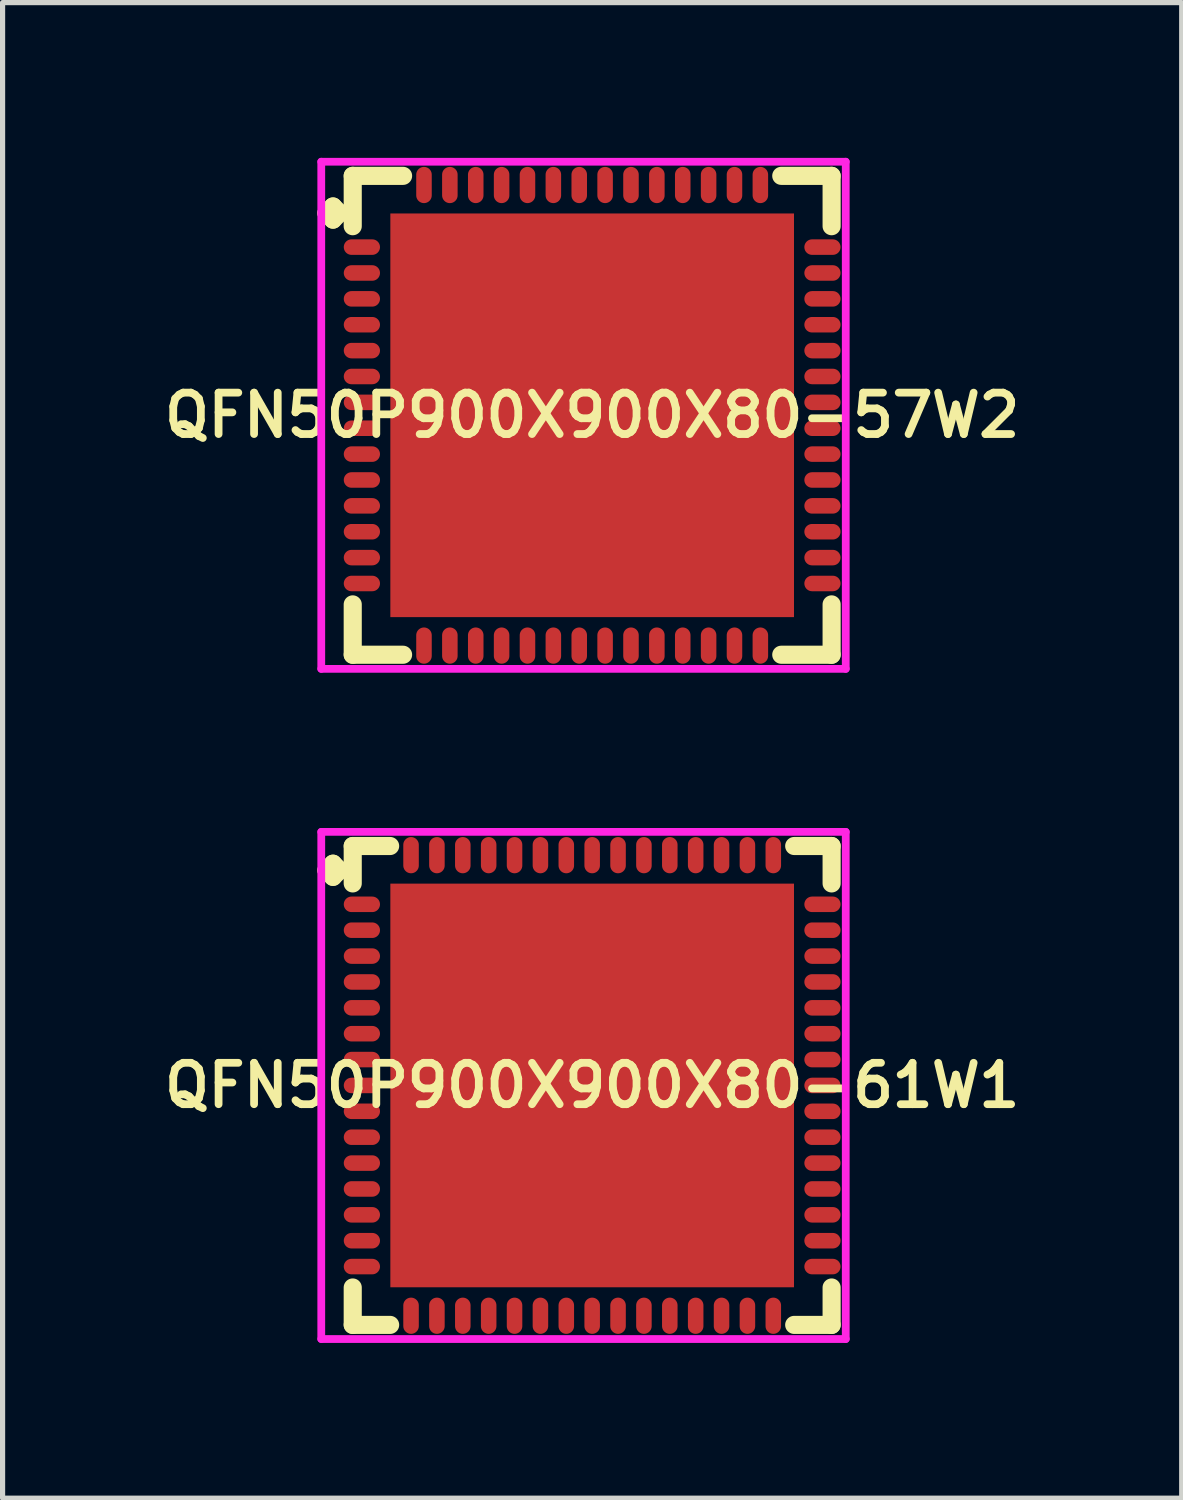
<source format=kicad_pcb>
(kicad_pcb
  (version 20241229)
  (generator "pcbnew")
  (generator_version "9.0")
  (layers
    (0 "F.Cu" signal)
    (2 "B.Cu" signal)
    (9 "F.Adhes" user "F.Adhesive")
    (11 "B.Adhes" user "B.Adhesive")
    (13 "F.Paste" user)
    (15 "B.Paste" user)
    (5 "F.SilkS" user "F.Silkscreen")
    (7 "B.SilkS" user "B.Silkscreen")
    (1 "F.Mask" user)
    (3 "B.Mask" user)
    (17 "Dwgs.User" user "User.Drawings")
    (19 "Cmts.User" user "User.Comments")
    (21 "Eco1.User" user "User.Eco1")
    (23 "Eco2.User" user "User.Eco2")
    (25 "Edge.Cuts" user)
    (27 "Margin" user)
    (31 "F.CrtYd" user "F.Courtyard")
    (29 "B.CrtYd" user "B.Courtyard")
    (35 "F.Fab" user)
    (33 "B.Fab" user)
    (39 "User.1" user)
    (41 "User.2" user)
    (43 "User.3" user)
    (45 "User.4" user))
  (footprint "QFN50P900X900X80-57W2"
    (layer "F.Cu")
    (at 8.393 4.975)
    (property "Reference" "QFN50P900X900X80-57W2" (at 0 0 0) (layer "F.SilkS") (effects (font (size 0.8 0.8) (thickness 0.15))))
    (attr through_hole)
    (fp_line (start -5.135 -3.908) (end -5.008 -4.035) (stroke (width 0.35) (type solid)) (layer "F.SilkS"))
    (fp_line (start -5.008 -4.035) (end -4.881 -3.908) (stroke (width 0.35) (type solid)) (layer "F.SilkS"))
    (fp_line (start -5.008 -3.781) (end -5.135 -3.908) (stroke (width 0.35) (type solid)) (layer "F.SilkS"))
    (fp_line (start -4.881 -3.908) (end -5.008 -3.781) (stroke (width 0.35) (type solid)) (layer "F.SilkS"))
    (fp_line (start -4.627 -4.627) (end -3.654 -4.627) (stroke (width 0.35) (type solid)) (layer "F.SilkS"))
    (fp_line (start -4.627 -3.654) (end -4.627 -4.627) (stroke (width 0.35) (type solid)) (layer "F.SilkS"))
    (fp_line (start -4.627 3.654) (end -4.627 4.627) (stroke (width 0.35) (type solid)) (layer "F.SilkS"))
    (fp_line (start -4.627 4.627) (end -3.654 4.627) (stroke (width 0.35) (type solid)) (layer "F.SilkS"))
    (fp_line (start 3.654 -4.627) (end 4.627 -4.627) (stroke (width 0.35) (type solid)) (layer "F.SilkS"))
    (fp_line (start 3.654 4.627) (end 4.627 4.627) (stroke (width 0.35) (type solid)) (layer "F.SilkS"))
    (fp_line (start 4.627 -4.627) (end 4.627 -3.654) (stroke (width 0.35) (type solid)) (layer "F.SilkS"))
    (fp_line (start 4.627 4.627) (end 4.627 3.654) (stroke (width 0.35) (type solid)) (layer "F.SilkS"))
    (fp_line (start -5.235 -4.9) (end 4.9 -4.9) (stroke (width 0.15) (type solid)) (layer "F.CrtYd"))
    (fp_line (start -5.235 4.9) (end -5.235 -4.9) (stroke (width 0.15) (type solid)) (layer "F.CrtYd"))
    (fp_line (start 4.9 -4.9) (end 4.9 4.9) (stroke (width 0.15) (type solid)) (layer "F.CrtYd"))
    (fp_line (start 4.9 4.9) (end -5.235 4.9) (stroke (width 0.15) (type solid)) (layer "F.CrtYd"))
    (pad "1" smd oval (at -4.45 -3.25) (size 0.7 0.3) (layers "F.Cu" "F.Mask" "F.Paste"))
    (pad "2" smd oval (at -4.45 -2.75) (size 0.7 0.3) (layers "F.Cu" "F.Mask" "F.Paste"))
    (pad "3" smd oval (at -4.45 -2.25) (size 0.7 0.3) (layers "F.Cu" "F.Mask" "F.Paste"))
    (pad "4" smd oval (at -4.45 -1.75) (size 0.7 0.3) (layers "F.Cu" "F.Mask" "F.Paste"))
    (pad "5" smd oval (at -4.45 -1.25) (size 0.7 0.3) (layers "F.Cu" "F.Mask" "F.Paste"))
    (pad "6" smd oval (at -4.45 -0.75) (size 0.7 0.3) (layers "F.Cu" "F.Mask" "F.Paste"))
    (pad "7" smd oval (at -4.45 -0.25) (size 0.7 0.3) (layers "F.Cu" "F.Mask" "F.Paste"))
    (pad "8" smd oval (at -4.45 0.25) (size 0.7 0.3) (layers "F.Cu" "F.Mask" "F.Paste"))
    (pad "9" smd oval (at -4.45 0.75) (size 0.7 0.3) (layers "F.Cu" "F.Mask" "F.Paste"))
    (pad "10" smd oval (at -4.45 1.25) (size 0.7 0.3) (layers "F.Cu" "F.Mask" "F.Paste"))
    (pad "11" smd oval (at -4.45 1.75) (size 0.7 0.3) (layers "F.Cu" "F.Mask" "F.Paste"))
    (pad "12" smd oval (at -4.45 2.25) (size 0.7 0.3) (layers "F.Cu" "F.Mask" "F.Paste"))
    (pad "13" smd oval (at -4.45 2.75) (size 0.7 0.3) (layers "F.Cu" "F.Mask" "F.Paste"))
    (pad "14" smd oval (at -4.45 3.25) (size 0.7 0.3) (layers "F.Cu" "F.Mask" "F.Paste"))
    (pad "15" smd oval (at -3.25 4.45) (size 0.3 0.7) (layers "F.Cu" "F.Mask" "F.Paste"))
    (pad "16" smd oval (at -2.75 4.45) (size 0.3 0.7) (layers "F.Cu" "F.Mask" "F.Paste"))
    (pad "17" smd oval (at -2.25 4.45) (size 0.3 0.7) (layers "F.Cu" "F.Mask" "F.Paste"))
    (pad "18" smd oval (at -1.75 4.45) (size 0.3 0.7) (layers "F.Cu" "F.Mask" "F.Paste"))
    (pad "19" smd oval (at -1.25 4.45) (size 0.3 0.7) (layers "F.Cu" "F.Mask" "F.Paste"))
    (pad "20" smd oval (at -0.75 4.45) (size 0.3 0.7) (layers "F.Cu" "F.Mask" "F.Paste"))
    (pad "21" smd oval (at -0.25 4.45) (size 0.3 0.7) (layers "F.Cu" "F.Mask" "F.Paste"))
    (pad "22" smd oval (at 0.25 4.45) (size 0.3 0.7) (layers "F.Cu" "F.Mask" "F.Paste"))
    (pad "23" smd oval (at 0.75 4.45) (size 0.3 0.7) (layers "F.Cu" "F.Mask" "F.Paste"))
    (pad "24" smd oval (at 1.25 4.45) (size 0.3 0.7) (layers "F.Cu" "F.Mask" "F.Paste"))
    (pad "25" smd oval (at 1.75 4.45) (size 0.3 0.7) (layers "F.Cu" "F.Mask" "F.Paste"))
    (pad "26" smd oval (at 2.25 4.45) (size 0.3 0.7) (layers "F.Cu" "F.Mask" "F.Paste"))
    (pad "27" smd oval (at 2.75 4.45) (size 0.3 0.7) (layers "F.Cu" "F.Mask" "F.Paste"))
    (pad "28" smd oval (at 3.25 4.45) (size 0.3 0.7) (layers "F.Cu" "F.Mask" "F.Paste"))
    (pad "29" smd oval (at 4.45 3.25) (size 0.7 0.3) (layers "F.Cu" "F.Mask" "F.Paste"))
    (pad "30" smd oval (at 4.45 2.75) (size 0.7 0.3) (layers "F.Cu" "F.Mask" "F.Paste"))
    (pad "31" smd oval (at 4.45 2.25) (size 0.7 0.3) (layers "F.Cu" "F.Mask" "F.Paste"))
    (pad "32" smd oval (at 4.45 1.75) (size 0.7 0.3) (layers "F.Cu" "F.Mask" "F.Paste"))
    (pad "33" smd oval (at 4.45 1.25) (size 0.7 0.3) (layers "F.Cu" "F.Mask" "F.Paste"))
    (pad "34" smd oval (at 4.45 0.75) (size 0.7 0.3) (layers "F.Cu" "F.Mask" "F.Paste"))
    (pad "35" smd oval (at 4.45 0.25) (size 0.7 0.3) (layers "F.Cu" "F.Mask" "F.Paste"))
    (pad "36" smd oval (at 4.45 -0.25) (size 0.7 0.3) (layers "F.Cu" "F.Mask" "F.Paste"))
    (pad "37" smd oval (at 4.45 -0.75) (size 0.7 0.3) (layers "F.Cu" "F.Mask" "F.Paste"))
    (pad "38" smd oval (at 4.45 -1.25) (size 0.7 0.3) (layers "F.Cu" "F.Mask" "F.Paste"))
    (pad "39" smd oval (at 4.45 -1.75) (size 0.7 0.3) (layers "F.Cu" "F.Mask" "F.Paste"))
    (pad "40" smd oval (at 4.45 -2.25) (size 0.7 0.3) (layers "F.Cu" "F.Mask" "F.Paste"))
    (pad "41" smd oval (at 4.45 -2.75) (size 0.7 0.3) (layers "F.Cu" "F.Mask" "F.Paste"))
    (pad "42" smd oval (at 4.45 -3.25) (size 0.7 0.3) (layers "F.Cu" "F.Mask" "F.Paste"))
    (pad "43" smd oval (at 3.25 -4.45) (size 0.3 0.7) (layers "F.Cu" "F.Mask" "F.Paste"))
    (pad "44" smd oval (at 2.75 -4.45) (size 0.3 0.7) (layers "F.Cu" "F.Mask" "F.Paste"))
    (pad "45" smd oval (at 2.25 -4.45) (size 0.3 0.7) (layers "F.Cu" "F.Mask" "F.Paste"))
    (pad "46" smd oval (at 1.75 -4.45) (size 0.3 0.7) (layers "F.Cu" "F.Mask" "F.Paste"))
    (pad "47" smd oval (at 1.25 -4.45) (size 0.3 0.7) (layers "F.Cu" "F.Mask" "F.Paste"))
    (pad "48" smd oval (at 0.75 -4.45) (size 0.3 0.7) (layers "F.Cu" "F.Mask" "F.Paste"))
    (pad "49" smd oval (at 0.25 -4.45) (size 0.3 0.7) (layers "F.Cu" "F.Mask" "F.Paste"))
    (pad "50" smd oval (at -0.25 -4.45) (size 0.3 0.7) (layers "F.Cu" "F.Mask" "F.Paste"))
    (pad "51" smd oval (at -0.75 -4.45) (size 0.3 0.7) (layers "F.Cu" "F.Mask" "F.Paste"))
    (pad "52" smd oval (at -1.25 -4.45) (size 0.3 0.7) (layers "F.Cu" "F.Mask" "F.Paste"))
    (pad "53" smd oval (at -1.75 -4.45) (size 0.3 0.7) (layers "F.Cu" "F.Mask" "F.Paste"))
    (pad "54" smd oval (at -2.25 -4.45) (size 0.3 0.7) (layers "F.Cu" "F.Mask" "F.Paste"))
    (pad "55" smd oval (at -2.75 -4.45) (size 0.3 0.7) (layers "F.Cu" "F.Mask" "F.Paste"))
    (pad "56" smd oval (at -3.25 -4.45) (size 0.3 0.7) (layers "F.Cu" "F.Mask" "F.Paste"))
    (pad "57" smd rect (at 0 0) (size 7.8 7.8) (layers "F.Cu" "F.Mask" "F.Paste")))
  (footprint "QFN50P900X900X80-61W1"
    (layer "F.Cu")
    (at 8.393 17.925)
    (property "Reference" "QFN50P900X900X80-61W1" (at 0 0 0) (layer "F.SilkS") (effects (font (size 0.8 0.8) (thickness 0.15))))
    (attr smd)
    (fp_line (start -5.135 -4.158) (end -5.008 -4.285) (stroke (width 0.35) (type solid)) (layer "F.SilkS"))
    (fp_line (start -5.008 -4.285) (end -4.881 -4.158) (stroke (width 0.35) (type solid)) (layer "F.SilkS"))
    (fp_line (start -5.008 -4.031) (end -5.135 -4.158) (stroke (width 0.35) (type solid)) (layer "F.SilkS"))
    (fp_line (start -4.881 -4.158) (end -5.008 -4.031) (stroke (width 0.35) (type solid)) (layer "F.SilkS"))
    (fp_line (start -4.627 -4.627) (end -3.904 -4.627) (stroke (width 0.35) (type solid)) (layer "F.SilkS"))
    (fp_line (start -4.627 -3.904) (end -4.627 -4.627) (stroke (width 0.35) (type solid)) (layer "F.SilkS"))
    (fp_line (start -4.627 3.904) (end -4.627 4.627) (stroke (width 0.35) (type solid)) (layer "F.SilkS"))
    (fp_line (start -4.627 4.627) (end -3.904 4.627) (stroke (width 0.35) (type solid)) (layer "F.SilkS"))
    (fp_line (start 3.904 -4.627) (end 4.627 -4.627) (stroke (width 0.35) (type solid)) (layer "F.SilkS"))
    (fp_line (start 3.904 4.627) (end 4.627 4.627) (stroke (width 0.35) (type solid)) (layer "F.SilkS"))
    (fp_line (start 4.627 -4.627) (end 4.627 -3.904) (stroke (width 0.35) (type solid)) (layer "F.SilkS"))
    (fp_line (start 4.627 4.627) (end 4.627 3.904) (stroke (width 0.35) (type solid)) (layer "F.SilkS"))
    (fp_line (start -5.235 -4.9) (end 4.9 -4.9) (stroke (width 0.15) (type solid)) (layer "F.CrtYd"))
    (fp_line (start -5.235 4.9) (end -5.235 -4.9) (stroke (width 0.15) (type solid)) (layer "F.CrtYd"))
    (fp_line (start 4.9 -4.9) (end 4.9 4.9) (stroke (width 0.15) (type solid)) (layer "F.CrtYd"))
    (fp_line (start 4.9 4.9) (end -5.235 4.9) (stroke (width 0.15) (type solid)) (layer "F.CrtYd"))
    (pad "1" smd oval (at -4.45 -3.5) (size 0.7 0.3) (layers "F.Cu" "F.Mask" "F.Paste"))
    (pad "2" smd oval (at -4.45 -3) (size 0.7 0.3) (layers "F.Cu" "F.Mask" "F.Paste"))
    (pad "3" smd oval (at -4.45 -2.5) (size 0.7 0.3) (layers "F.Cu" "F.Mask" "F.Paste"))
    (pad "4" smd oval (at -4.45 -2) (size 0.7 0.3) (layers "F.Cu" "F.Mask" "F.Paste"))
    (pad "5" smd oval (at -4.45 -1.5) (size 0.7 0.3) (layers "F.Cu" "F.Mask" "F.Paste"))
    (pad "6" smd oval (at -4.45 -1) (size 0.7 0.3) (layers "F.Cu" "F.Mask" "F.Paste"))
    (pad "7" smd oval (at -4.45 -0.5) (size 0.7 0.3) (layers "F.Cu" "F.Mask" "F.Paste"))
    (pad "8" smd oval (at -4.45 0) (size 0.7 0.3) (layers "F.Cu" "F.Mask" "F.Paste"))
    (pad "9" smd oval (at -4.45 0.5) (size 0.7 0.3) (layers "F.Cu" "F.Mask" "F.Paste"))
    (pad "10" smd oval (at -4.45 1) (size 0.7 0.3) (layers "F.Cu" "F.Mask" "F.Paste"))
    (pad "11" smd oval (at -4.45 1.5) (size 0.7 0.3) (layers "F.Cu" "F.Mask" "F.Paste"))
    (pad "12" smd oval (at -4.45 2) (size 0.7 0.3) (layers "F.Cu" "F.Mask" "F.Paste"))
    (pad "13" smd oval (at -4.45 2.5) (size 0.7 0.3) (layers "F.Cu" "F.Mask" "F.Paste"))
    (pad "14" smd oval (at -4.45 3) (size 0.7 0.3) (layers "F.Cu" "F.Mask" "F.Paste"))
    (pad "15" smd oval (at -4.45 3.5) (size 0.7 0.3) (layers "F.Cu" "F.Mask" "F.Paste"))
    (pad "16" smd oval (at -3.5 4.45) (size 0.3 0.7) (layers "F.Cu" "F.Mask" "F.Paste"))
    (pad "17" smd oval (at -3 4.45) (size 0.3 0.7) (layers "F.Cu" "F.Mask" "F.Paste"))
    (pad "18" smd oval (at -2.5 4.45) (size 0.3 0.7) (layers "F.Cu" "F.Mask" "F.Paste"))
    (pad "19" smd oval (at -2 4.45) (size 0.3 0.7) (layers "F.Cu" "F.Mask" "F.Paste"))
    (pad "20" smd oval (at -1.5 4.45) (size 0.3 0.7) (layers "F.Cu" "F.Mask" "F.Paste"))
    (pad "21" smd oval (at -1 4.45) (size 0.3 0.7) (layers "F.Cu" "F.Mask" "F.Paste"))
    (pad "22" smd oval (at -0.5 4.45) (size 0.3 0.7) (layers "F.Cu" "F.Mask" "F.Paste"))
    (pad "23" smd oval (at 0 4.45) (size 0.3 0.7) (layers "F.Cu" "F.Mask" "F.Paste"))
    (pad "24" smd oval (at 0.5 4.45) (size 0.3 0.7) (layers "F.Cu" "F.Mask" "F.Paste"))
    (pad "25" smd oval (at 1 4.45) (size 0.3 0.7) (layers "F.Cu" "F.Mask" "F.Paste"))
    (pad "26" smd oval (at 1.5 4.45) (size 0.3 0.7) (layers "F.Cu" "F.Mask" "F.Paste"))
    (pad "27" smd oval (at 2 4.45) (size 0.3 0.7) (layers "F.Cu" "F.Mask" "F.Paste"))
    (pad "28" smd oval (at 2.5 4.45) (size 0.3 0.7) (layers "F.Cu" "F.Mask" "F.Paste"))
    (pad "29" smd oval (at 3 4.45) (size 0.3 0.7) (layers "F.Cu" "F.Mask" "F.Paste"))
    (pad "30" smd oval (at 3.5 4.45) (size 0.3 0.7) (layers "F.Cu" "F.Mask" "F.Paste"))
    (pad "31" smd oval (at 4.45 3.5) (size 0.7 0.3) (layers "F.Cu" "F.Mask" "F.Paste"))
    (pad "32" smd oval (at 4.45 3) (size 0.7 0.3) (layers "F.Cu" "F.Mask" "F.Paste"))
    (pad "33" smd oval (at 4.45 2.5) (size 0.7 0.3) (layers "F.Cu" "F.Mask" "F.Paste"))
    (pad "34" smd oval (at 4.45 2) (size 0.7 0.3) (layers "F.Cu" "F.Mask" "F.Paste"))
    (pad "35" smd oval (at 4.45 1.5) (size 0.7 0.3) (layers "F.Cu" "F.Mask" "F.Paste"))
    (pad "36" smd oval (at 4.45 1) (size 0.7 0.3) (layers "F.Cu" "F.Mask" "F.Paste"))
    (pad "37" smd oval (at 4.45 0.5) (size 0.7 0.3) (layers "F.Cu" "F.Mask" "F.Paste"))
    (pad "38" smd oval (at 4.45 0) (size 0.7 0.3) (layers "F.Cu" "F.Mask" "F.Paste"))
    (pad "39" smd oval (at 4.45 -0.5) (size 0.7 0.3) (layers "F.Cu" "F.Mask" "F.Paste"))
    (pad "40" smd oval (at 4.45 -1) (size 0.7 0.3) (layers "F.Cu" "F.Mask" "F.Paste"))
    (pad "41" smd oval (at 4.45 -1.5) (size 0.7 0.3) (layers "F.Cu" "F.Mask" "F.Paste"))
    (pad "42" smd oval (at 4.45 -2) (size 0.7 0.3) (layers "F.Cu" "F.Mask" "F.Paste"))
    (pad "43" smd oval (at 4.45 -2.5) (size 0.7 0.3) (layers "F.Cu" "F.Mask" "F.Paste"))
    (pad "44" smd oval (at 4.45 -3) (size 0.7 0.3) (layers "F.Cu" "F.Mask" "F.Paste"))
    (pad "45" smd oval (at 4.45 -3.5) (size 0.7 0.3) (layers "F.Cu" "F.Mask" "F.Paste"))
    (pad "46" smd oval (at 3.5 -4.45) (size 0.3 0.7) (layers "F.Cu" "F.Mask" "F.Paste"))
    (pad "47" smd oval (at 3 -4.45) (size 0.3 0.7) (layers "F.Cu" "F.Mask" "F.Paste"))
    (pad "48" smd oval (at 2.5 -4.45) (size 0.3 0.7) (layers "F.Cu" "F.Mask" "F.Paste"))
    (pad "49" smd oval (at 2 -4.45) (size 0.3 0.7) (layers "F.Cu" "F.Mask" "F.Paste"))
    (pad "50" smd oval (at 1.5 -4.45) (size 0.3 0.7) (layers "F.Cu" "F.Mask" "F.Paste"))
    (pad "51" smd oval (at 1 -4.45) (size 0.3 0.7) (layers "F.Cu" "F.Mask" "F.Paste"))
    (pad "52" smd oval (at 0.5 -4.45) (size 0.3 0.7) (layers "F.Cu" "F.Mask" "F.Paste"))
    (pad "53" smd oval (at 0 -4.45) (size 0.3 0.7) (layers "F.Cu" "F.Mask" "F.Paste"))
    (pad "54" smd oval (at -0.5 -4.45) (size 0.3 0.7) (layers "F.Cu" "F.Mask" "F.Paste"))
    (pad "55" smd oval (at -1 -4.45) (size 0.3 0.7) (layers "F.Cu" "F.Mask" "F.Paste"))
    (pad "56" smd oval (at -1.5 -4.45) (size 0.3 0.7) (layers "F.Cu" "F.Mask" "F.Paste"))
    (pad "57" smd oval (at -2 -4.45) (size 0.3 0.7) (layers "F.Cu" "F.Mask" "F.Paste"))
    (pad "58" smd oval (at -2.5 -4.45) (size 0.3 0.7) (layers "F.Cu" "F.Mask" "F.Paste"))
    (pad "59" smd oval (at -3 -4.45) (size 0.3 0.7) (layers "F.Cu" "F.Mask" "F.Paste"))
    (pad "60" smd oval (at -3.5 -4.45) (size 0.3 0.7) (layers "F.Cu" "F.Mask" "F.Paste"))
    (pad "61" smd rect (at 0 0) (size 7.8 7.8) (layers "F.Cu" "F.Mask" "F.Paste")))
  (gr_rect
    (start -3 -3)
    (end 19.785 25.9)
    (stroke (width 0.1) (type default))
    (fill no)
    (layer "Edge.Cuts")))
</source>
